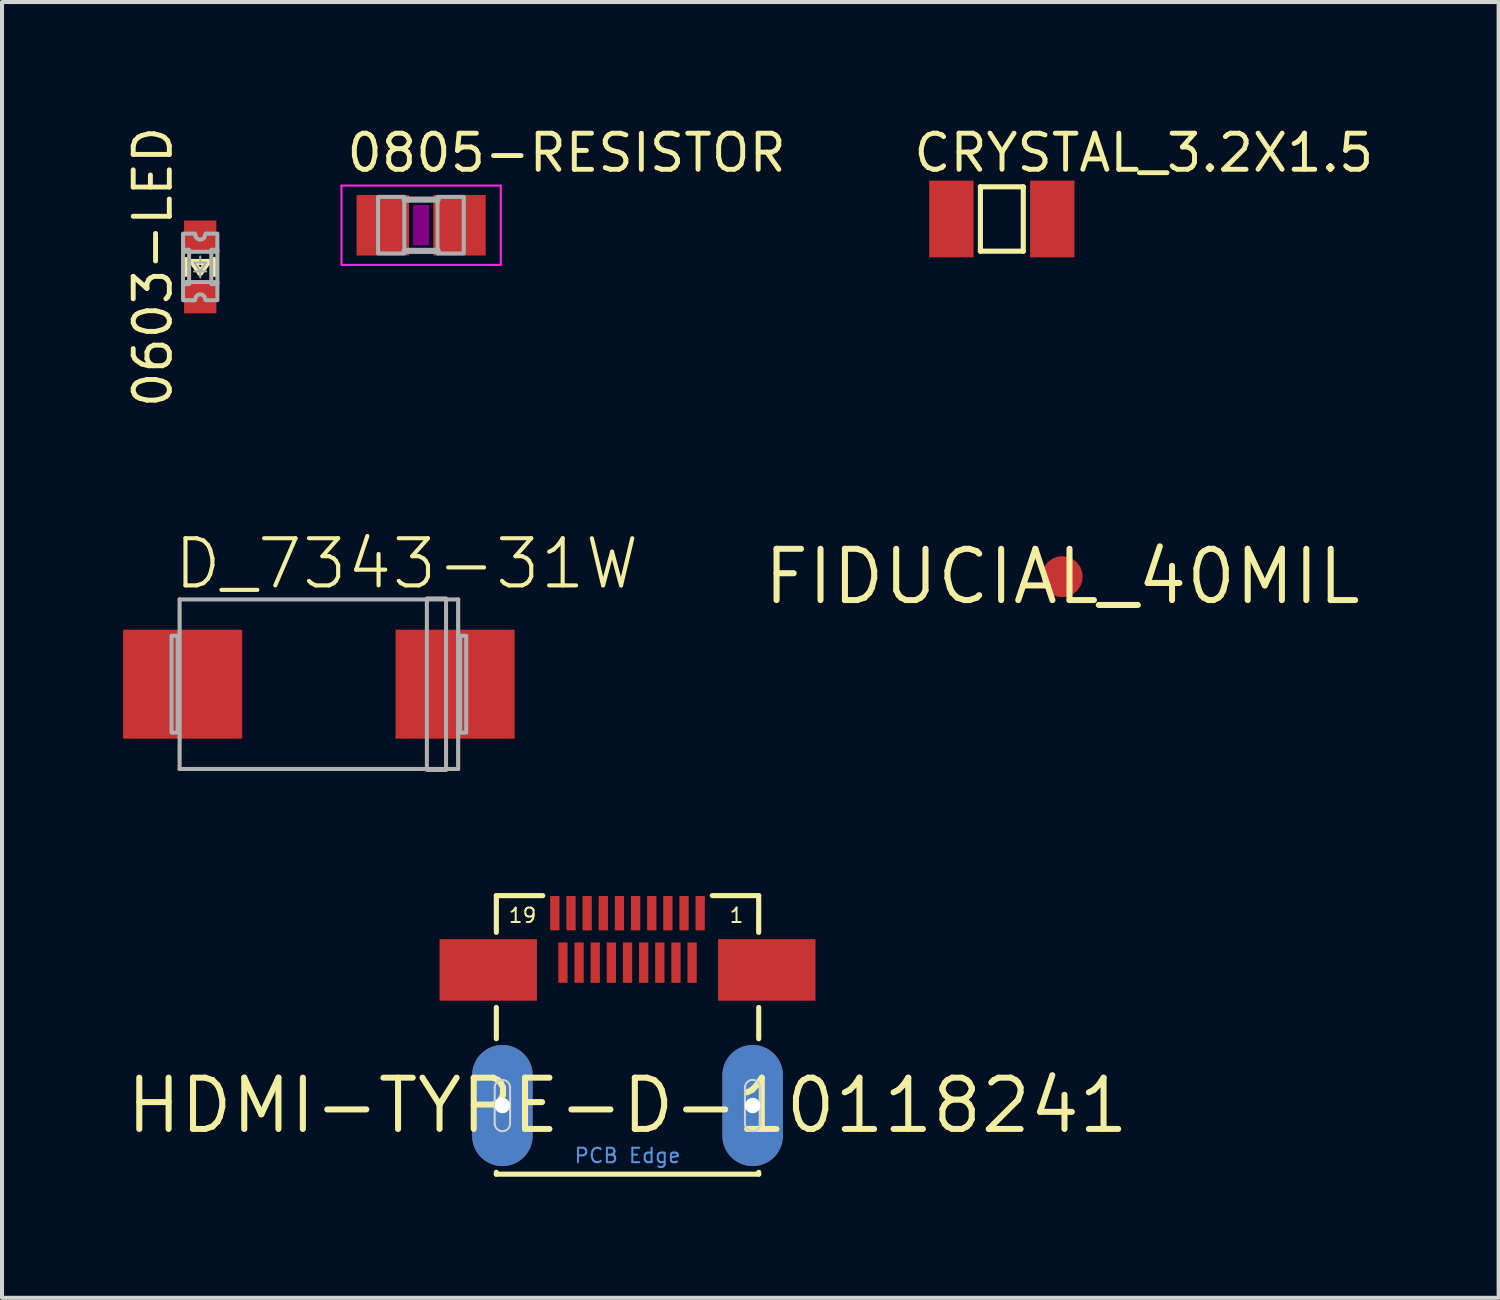
<source format=kicad_pcb>
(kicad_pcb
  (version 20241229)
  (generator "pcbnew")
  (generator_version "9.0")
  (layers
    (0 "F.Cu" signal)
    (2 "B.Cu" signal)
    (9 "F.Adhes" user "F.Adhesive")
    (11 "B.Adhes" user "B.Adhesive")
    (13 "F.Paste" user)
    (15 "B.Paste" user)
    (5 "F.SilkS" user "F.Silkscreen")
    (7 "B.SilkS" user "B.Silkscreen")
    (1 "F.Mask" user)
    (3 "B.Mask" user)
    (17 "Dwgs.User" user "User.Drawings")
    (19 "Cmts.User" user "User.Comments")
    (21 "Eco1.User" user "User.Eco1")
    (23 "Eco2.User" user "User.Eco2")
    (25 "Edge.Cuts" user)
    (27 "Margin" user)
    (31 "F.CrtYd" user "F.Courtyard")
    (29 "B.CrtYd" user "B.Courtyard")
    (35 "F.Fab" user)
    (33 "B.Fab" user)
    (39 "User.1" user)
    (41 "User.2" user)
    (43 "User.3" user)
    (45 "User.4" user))
  (footprint "CRYSTAL_3.2X1.5"
    (layer "F.Cu")
    (at 21.769 2.375)
    (property "Reference" "CRYSTAL_3.2X1.5" (at -2.247 -1.116 0) (layer "F.SilkS") (effects (font (size 0.894 0.894) (thickness 0.122)) (justify left bottom)))
    (fp_line (start -0.531 -0.797) (end 0.531 -0.797) (stroke (width 0.127) (type solid)) (layer "F.SilkS"))
    (fp_line (start -0.531 0.797) (end -0.531 -0.797) (stroke (width 0.127) (type solid)) (layer "F.SilkS"))
    (fp_line (start 0.531 -0.797) (end 0.531 0.797) (stroke (width 0.127) (type solid)) (layer "F.SilkS"))
    (fp_line (start 0.531 0.797) (end -0.531 0.797) (stroke (width 0.127) (type solid)) (layer "F.SilkS"))
    (pad "P$1" smd rect (at -1.25 0) (size 1.1 1.9) (layers "F.Cu" "F.Mask" "F.Paste"))
    (pad "P$2" smd rect (at 1.25 0) (size 1.1 1.9) (layers "F.Cu" "F.Mask" "F.Paste")))
  (footprint "FIDUCIAL_40MIL"
    (layer "F.Cu")
    (at 23.264 11.236)
    (property "Reference" "FIDUCIAL_40MIL" (at 0 0 0) (layer "F.SilkS") (effects (font (size 1.27 1.27) (thickness 0.15))))
    (fp_circle (center 0 0) (end 0.762 0) (stroke (width 0.61) (type solid)) (fill no) (layer "F.Mask"))
    (pad "P$1" smd roundrect (at 0 0) (size 1.016 1.016) (layers "F.Cu" "F.Mask" "F.Paste") (roundrect_rratio 0.5))
    (zone (net_name "") (layer "F.Cu") (hatch edge 0.5) (connect_pads) (min_thickness 0.25) (filled_areas_thickness no) (keepout (tracks not_allowed) (vias not_allowed) (pads not_allowed) (copperpour not_allowed) (footprints allowed)) (placement (enabled no)) (fill) (polygon (pts (xy 24.375 11.236) (xy 24.355 11.026) (xy 24.296 10.823) (xy 24.199 10.636) (xy 24.068 10.47) (xy 23.909 10.331) (xy 23.726 10.226) (xy 23.526 10.157) (xy 23.317 10.127) (xy 23.106 10.137) (xy 22.901 10.187) (xy 22.709 10.274) (xy 22.537 10.397) (xy 22.391 10.55) (xy 22.277 10.727) (xy 22.199 10.923) (xy 22.159 11.131) (xy 22.159 11.342) (xy 22.199 11.549) (xy 22.277 11.745) (xy 22.391 11.923) (xy 22.537 12.076) (xy 22.709 12.198) (xy 22.901 12.286) (xy 23.106 12.336) (xy 23.317 12.346) (xy 23.526 12.316) (xy 23.726 12.247) (xy 23.909 12.141) (xy 24.068 12.003) (xy 24.199 11.837) (xy 24.296 11.649) (xy 24.355 11.446))) (polygon (pts (xy 24.248 11.236) (xy 24.228 11.038) (xy 24.168 10.848) (xy 24.072 10.674) (xy 23.942 10.523) (xy 23.785 10.401) (xy 23.606 10.314) (xy 23.413 10.264) (xy 23.214 10.254) (xy 23.018 10.284) (xy 22.831 10.353) (xy 22.662 10.458) (xy 22.518 10.595) (xy 22.404 10.759) (xy 22.326 10.942) (xy 22.286 11.137) (xy 22.286 11.336) (xy 22.326 11.531) (xy 22.404 11.714) (xy 22.518 11.877) (xy 22.662 12.014) (xy 22.831 12.119) (xy 23.018 12.189) (xy 23.214 12.219) (xy 23.413 12.209) (xy 23.606 12.159) (xy 23.785 12.071) (xy 23.942 11.949) (xy 24.072 11.798) (xy 24.168 11.624) (xy 24.228 11.434)))))
  (footprint "0603-LED"
    (layer "F.Cu")
    (at 1.91 3.563)
    (property "Reference" "0603-LED" (at -0.65 0 90) (layer "F.SilkS") (effects (font (size 0.894 0.894) (thickness 0.122)) (justify bottom)))
    (fp_line (start -0.35 0.17) (end -0.35 -0.17) (stroke (width 0.152) (type solid)) (layer "F.SilkS"))
    (fp_line (start -0.19 -0.123) (end 0.19 -0.123) (stroke (width 0.152) (type solid)) (layer "F.SilkS"))
    (fp_line (start 0 0.143) (end -0.19 -0.123) (stroke (width 0.152) (type solid)) (layer "F.SilkS"))
    (fp_line (start 0 0.143) (end 0.19 -0.123) (stroke (width 0.152) (type solid)) (layer "F.SilkS"))
    (fp_line (start 0.35 0.17) (end 0.35 -0.17) (stroke (width 0.152) (type solid)) (layer "F.SilkS"))
    (fp_line (start -0.15 -0.11) (end 0 -0.11) (stroke (width 0.05) (type solid)) (layer "F.Fab"))
    (fp_line (start -0.15 0.11) (end 0 0.11) (stroke (width 0.05) (type solid)) (layer "F.Fab"))
    (fp_line (start 0 -0.11) (end 0 -0.26) (stroke (width 0.05) (type solid)) (layer "F.Fab"))
    (fp_line (start 0 -0.11) (end 0.15 -0.11) (stroke (width 0.05) (type solid)) (layer "F.Fab"))
    (fp_line (start 0 0.11) (end -0.15 -0.11) (stroke (width 0.05) (type solid)) (layer "F.Fab"))
    (fp_line (start 0 0.11) (end 0 0.26) (stroke (width 0.05) (type solid)) (layer "F.Fab"))
    (fp_line (start 0 0.11) (end 0.15 0.11) (stroke (width 0.05) (type solid)) (layer "F.Fab"))
    (fp_line (start 0.15 -0.11) (end 0 0.11) (stroke (width 0.05) (type solid)) (layer "F.Fab"))
    (fp_poly (pts (xy -0.275 0.425) (xy -0.425 0.425) (xy -0.425 -0.425) (xy -0.275 -0.425)) (stroke (width 0.1) (type default)) (fill no) (layer "F.Fab"))
    (fp_poly (pts (xy 0.425 0.425) (xy 0.275 0.425) (xy 0.275 -0.425) (xy 0.425 -0.425)) (stroke (width 0.1) (type default)) (fill no) (layer "F.Fab"))
    (fp_poly (pts (xy -0.107 -0.738) (xy -0.062 -0.693) (xy 0 -0.676) (xy 0.062 -0.693) (xy 0.107 -0.738) (xy 0.131 -0.825) (xy 0.425 -0.825) (xy 0.425 -0.375) (xy -0.425 -0.375) (xy -0.425 -0.825) (xy -0.131 -0.825)) (stroke (width 0.1) (type default)) (fill no) (layer "F.Fab"))
    (fp_poly (pts (xy 0.425 0.825) (xy 0.131 0.825) (xy 0.107 0.738) (xy 0.062 0.693) (xy 0 0.676) (xy -0.062 0.693) (xy -0.107 0.738) (xy -0.131 0.825) (xy -0.425 0.825) (xy -0.425 0.375) (xy 0.425 0.375)) (stroke (width 0.1) (type default)) (fill no) (layer "F.Fab"))
    (pad "A" smd rect (at 0 -0.75) (size 0.8 0.8) (layers "F.Cu" "F.Mask" "F.Paste"))
    (pad "K" smd rect (at 0 0.75) (size 0.8 0.8) (layers "F.Cu" "F.Mask" "F.Paste")))
  (footprint "0805-RESISTOR"
    (layer "F.Cu")
    (at 7.383 2.53)
    (property "Reference" "0805-RESISTOR" (at -1.905 -1.27 0) (layer "F.SilkS") (effects (font (size 0.894 0.894) (thickness 0.122)) (justify left bottom)))
    (fp_poly (pts (xy -0.2 0.5) (xy 0.2 0.5) (xy 0.2 -0.5) (xy -0.2 -0.5)) (stroke (width 0) (type default)) (fill yes) (layer "F.Adhes"))
    (fp_line (start -1.973 -0.983) (end 1.973 -0.983) (stroke (width 0.051) (type solid)) (layer "F.CrtYd"))
    (fp_line (start -1.973 0.983) (end -1.973 -0.983) (stroke (width 0.051) (type solid)) (layer "F.CrtYd"))
    (fp_line (start 1.973 -0.983) (end 1.973 0.983) (stroke (width 0.051) (type solid)) (layer "F.CrtYd"))
    (fp_line (start 1.973 0.983) (end -1.973 0.983) (stroke (width 0.051) (type solid)) (layer "F.CrtYd"))
    (fp_line (start -0.41 -0.635) (end 0.41 -0.635) (stroke (width 0.152) (type solid)) (layer "F.Fab"))
    (fp_line (start -0.41 0.635) (end 0.41 0.635) (stroke (width 0.152) (type solid)) (layer "F.Fab"))
    (fp_poly (pts (xy -1.067 0.699) (xy -0.417 0.699) (xy -0.417 -0.702) (xy -1.067 -0.702)) (stroke (width 0.1) (type default)) (fill no) (layer "F.Fab"))
    (fp_poly (pts (xy 0.406 0.699) (xy 1.056 0.699) (xy 1.056 -0.702) (xy 0.406 -0.702)) (stroke (width 0.1) (type default)) (fill no) (layer "F.Fab"))
    (pad "1" smd rect (at -0.95 0) (size 1.3 1.5) (layers "F.Cu" "F.Mask" "F.Paste"))
    (pad "2" smd rect (at 0.95 0) (size 1.3 1.5) (layers "F.Cu" "F.Mask" "F.Paste")))
  (footprint "HDMI-TYPE-D-10118241"
    (layer "F.Cu")
    (at 12.496 24.338)
    (property "Reference" "HDMI-TYPE-D-10118241" (at 0 0 0) (layer "F.SilkS") (effects (font (size 1.27 1.27) (thickness 0.15))))
    (fp_line (start -3.25 -5.2) (end -2.1 -5.2) (stroke (width 0.127) (type solid)) (layer "F.SilkS"))
    (fp_line (start -3.25 -4.29) (end -3.25 -5.2) (stroke (width 0.127) (type solid)) (layer "F.SilkS"))
    (fp_line (start -3.25 -1.655) (end -3.25 -2.43) (stroke (width 0.127) (type solid)) (layer "F.SilkS"))
    (fp_line (start -3.25 1.7) (end -3.25 1.654) (stroke (width 0.127) (type solid)) (layer "F.SilkS"))
    (fp_line (start -3.25 1.7) (end 3.25 1.7) (stroke (width 0.127) (type solid)) (layer "F.SilkS"))
    (fp_line (start 3.249 -4.29) (end 3.25 -5.2) (stroke (width 0.127) (type solid)) (layer "F.SilkS"))
    (fp_line (start 3.25 -5.2) (end 2.1 -5.2) (stroke (width 0.127) (type solid)) (layer "F.SilkS"))
    (fp_line (start 3.25 -1.655) (end 3.25 -2.43) (stroke (width 0.127) (type solid)) (layer "F.SilkS"))
    (fp_line (start 3.25 1.7) (end 3.25 1.654) (stroke (width 0.127) (type solid)) (layer "F.SilkS"))
    (fp_line (start -3.29 -0.445) (end -3.29 0.446) (stroke (width 0.05) (type solid)) (layer "Edge.Cuts"))
    (fp_line (start -2.909 0.446) (end -2.909 -0.445) (stroke (width 0.05) (type solid)) (layer "Edge.Cuts"))
    (fp_line (start 2.909 -0.445) (end 2.909 0.446) (stroke (width 0.05) (type solid)) (layer "Edge.Cuts"))
    (fp_line (start 3.291 0.446) (end 3.291 -0.445) (stroke (width 0.05) (type solid)) (layer "Edge.Cuts"))
    (fp_arc (start -3.290362 -0.4445) (mid -3.099862 -0.635) (end -2.909362 -0.4445) (stroke (width 0.05) (type solid)) (layer "Edge.Cuts"))
    (fp_arc (start -2.909362 0.4457) (mid -3.099862 0.6362) (end -3.290362 0.4457) (stroke (width 0.05) (type solid)) (layer "Edge.Cuts"))
    (fp_arc (start 2.9095 -0.4445) (mid 3.1 -0.635) (end 3.2905 -0.4445) (stroke (width 0.05) (type solid)) (layer "Edge.Cuts"))
    (fp_arc (start 3.2905 0.4457) (mid 3.1 0.6362) (end 2.9095 0.4457) (stroke (width 0.05) (type solid)) (layer "Edge.Cuts"))
    (fp_text user "19" (at -2.6 -4.5 0) (layer "F.SilkS") (effects (font (size 0.358 0.358) (thickness 0.049)) (justify bottom)))
    (fp_text user "1" (at 2.7 -4.5 0) (layer "F.SilkS") (effects (font (size 0.358 0.358) (thickness 0.049)) (justify bottom)))
    (fp_text user "PCB Edge" (at 0 1.45 0) (layer "Cmts.User") (effects (font (size 0.358 0.358) (thickness 0.049)) (justify bottom)))
    (pad "1" smd rect (at 1.8 -4.765) (size 0.23 0.85) (layers "F.Cu" "F.Mask" "F.Paste"))
    (pad "2" smd rect (at 1.6 -3.54) (size 0.23 1) (layers "F.Cu" "F.Mask" "F.Paste"))
    (pad "3" smd rect (at 1.4 -4.765) (size 0.23 0.85) (layers "F.Cu" "F.Mask" "F.Paste"))
    (pad "4" smd rect (at 1.2 -3.54) (size 0.23 1) (layers "F.Cu" "F.Mask" "F.Paste"))
    (pad "5" smd rect (at 1 -4.765) (size 0.23 0.85) (layers "F.Cu" "F.Mask" "F.Paste"))
    (pad "6" smd rect (at 0.8 -3.54) (size 0.23 1) (layers "F.Cu" "F.Mask" "F.Paste"))
    (pad "7" smd rect (at 0.6 -4.765) (size 0.23 0.85) (layers "F.Cu" "F.Mask" "F.Paste"))
    (pad "8" smd rect (at 0.4 -3.54) (size 0.23 1) (layers "F.Cu" "F.Mask" "F.Paste"))
    (pad "9" smd rect (at 0.2 -4.765) (size 0.23 0.85) (layers "F.Cu" "F.Mask" "F.Paste"))
    (pad "10" smd rect (at 0 -3.54) (size 0.23 1) (layers "F.Cu" "F.Mask" "F.Paste"))
    (pad "11" smd rect (at -0.2 -4.765) (size 0.23 0.85) (layers "F.Cu" "F.Mask" "F.Paste"))
    (pad "12" smd rect (at -0.4 -3.54) (size 0.23 1) (layers "F.Cu" "F.Mask" "F.Paste"))
    (pad "13" smd rect (at -0.6 -4.765) (size 0.23 0.85) (layers "F.Cu" "F.Mask" "F.Paste"))
    (pad "14" smd rect (at -0.8 -3.54) (size 0.23 1) (layers "F.Cu" "F.Mask" "F.Paste"))
    (pad "15" smd rect (at -1 -4.765) (size 0.23 0.85) (layers "F.Cu" "F.Mask" "F.Paste"))
    (pad "16" smd rect (at -1.2 -3.54) (size 0.23 1) (layers "F.Cu" "F.Mask" "F.Paste"))
    (pad "17" smd rect (at -1.4 -4.765) (size 0.23 0.85) (layers "F.Cu" "F.Mask" "F.Paste"))
    (pad "18" smd rect (at -1.6 -3.54) (size 0.23 1) (layers "F.Cu" "F.Mask" "F.Paste"))
    (pad "19" smd rect (at -1.8 -4.765) (size 0.23 0.85) (layers "F.Cu" "F.Mask" "F.Paste"))
    (pad "CG1" thru_hole oval (at 3.1 0 90) (size 3 1.5) (drill 0.381) (layers "*.Cu" "*.Mask"))
    (pad "CG2" thru_hole oval (at -3.1 0 90) (size 3 1.5) (drill 0.381) (layers "*.Cu" "*.Mask"))
    (pad "CG3" smd rect (at 3.45 -3.36) (size 2.413 1.524) (layers "F.Cu" "F.Mask" "F.Paste"))
    (pad "CG4" smd rect (at -3.45 -3.36) (size 2.413 1.524) (layers "F.Cu" "F.Mask" "F.Paste")))
  (footprint "D_7343-31W"
    (layer "F.Cu")
    (at 4.85 13.9)
    (property "Reference" "D_7343-31W" (at -3.65 -2.3 0) (layer "F.SilkS") (effects (font (size 1.168 1.168) (thickness 0.102)) (justify left bottom)))
    (fp_line (start -3.45 -2.1) (end 3.45 -2.1) (stroke (width 0.102) (type solid)) (layer "F.Fab"))
    (fp_line (start -3.45 2.1) (end -3.45 -2.1) (stroke (width 0.102) (type solid)) (layer "F.Fab"))
    (fp_line (start 3.45 -2.1) (end 3.45 2.1) (stroke (width 0.102) (type solid)) (layer "F.Fab"))
    (fp_line (start 3.45 2.1) (end -3.45 2.1) (stroke (width 0.102) (type solid)) (layer "F.Fab"))
    (fp_poly (pts (xy -3.65 1.2) (xy -3.5 1.2) (xy -3.5 -1.2) (xy -3.65 -1.2)) (stroke (width 0.1) (type default)) (fill no) (layer "F.Fab"))
    (fp_poly (pts (xy 2.675 2.125) (xy 3.15 2.125) (xy 3.15 -2.125) (xy 2.675 -2.125)) (stroke (width 0.1) (type default)) (fill no) (layer "F.Fab"))
    (fp_poly (pts (xy 3.5 1.2) (xy 3.65 1.2) (xy 3.65 -1.2) (xy 3.5 -1.2)) (stroke (width 0.1) (type default)) (fill no) (layer "F.Fab"))
    (pad "+" smd rect (at 3.375 0) (size 2.95 2.7) (layers "F.Cu" "F.Mask" "F.Paste"))
    (pad "-" smd rect (at -3.375 0) (size 2.95 2.7) (layers "F.Cu" "F.Mask" "F.Paste")))
  (gr_rect
    (start -3 -3)
    (end 34.076 29.102)
    (stroke (width 0.1) (type default))
    (fill no)
    (layer "Edge.Cuts")))
</source>
